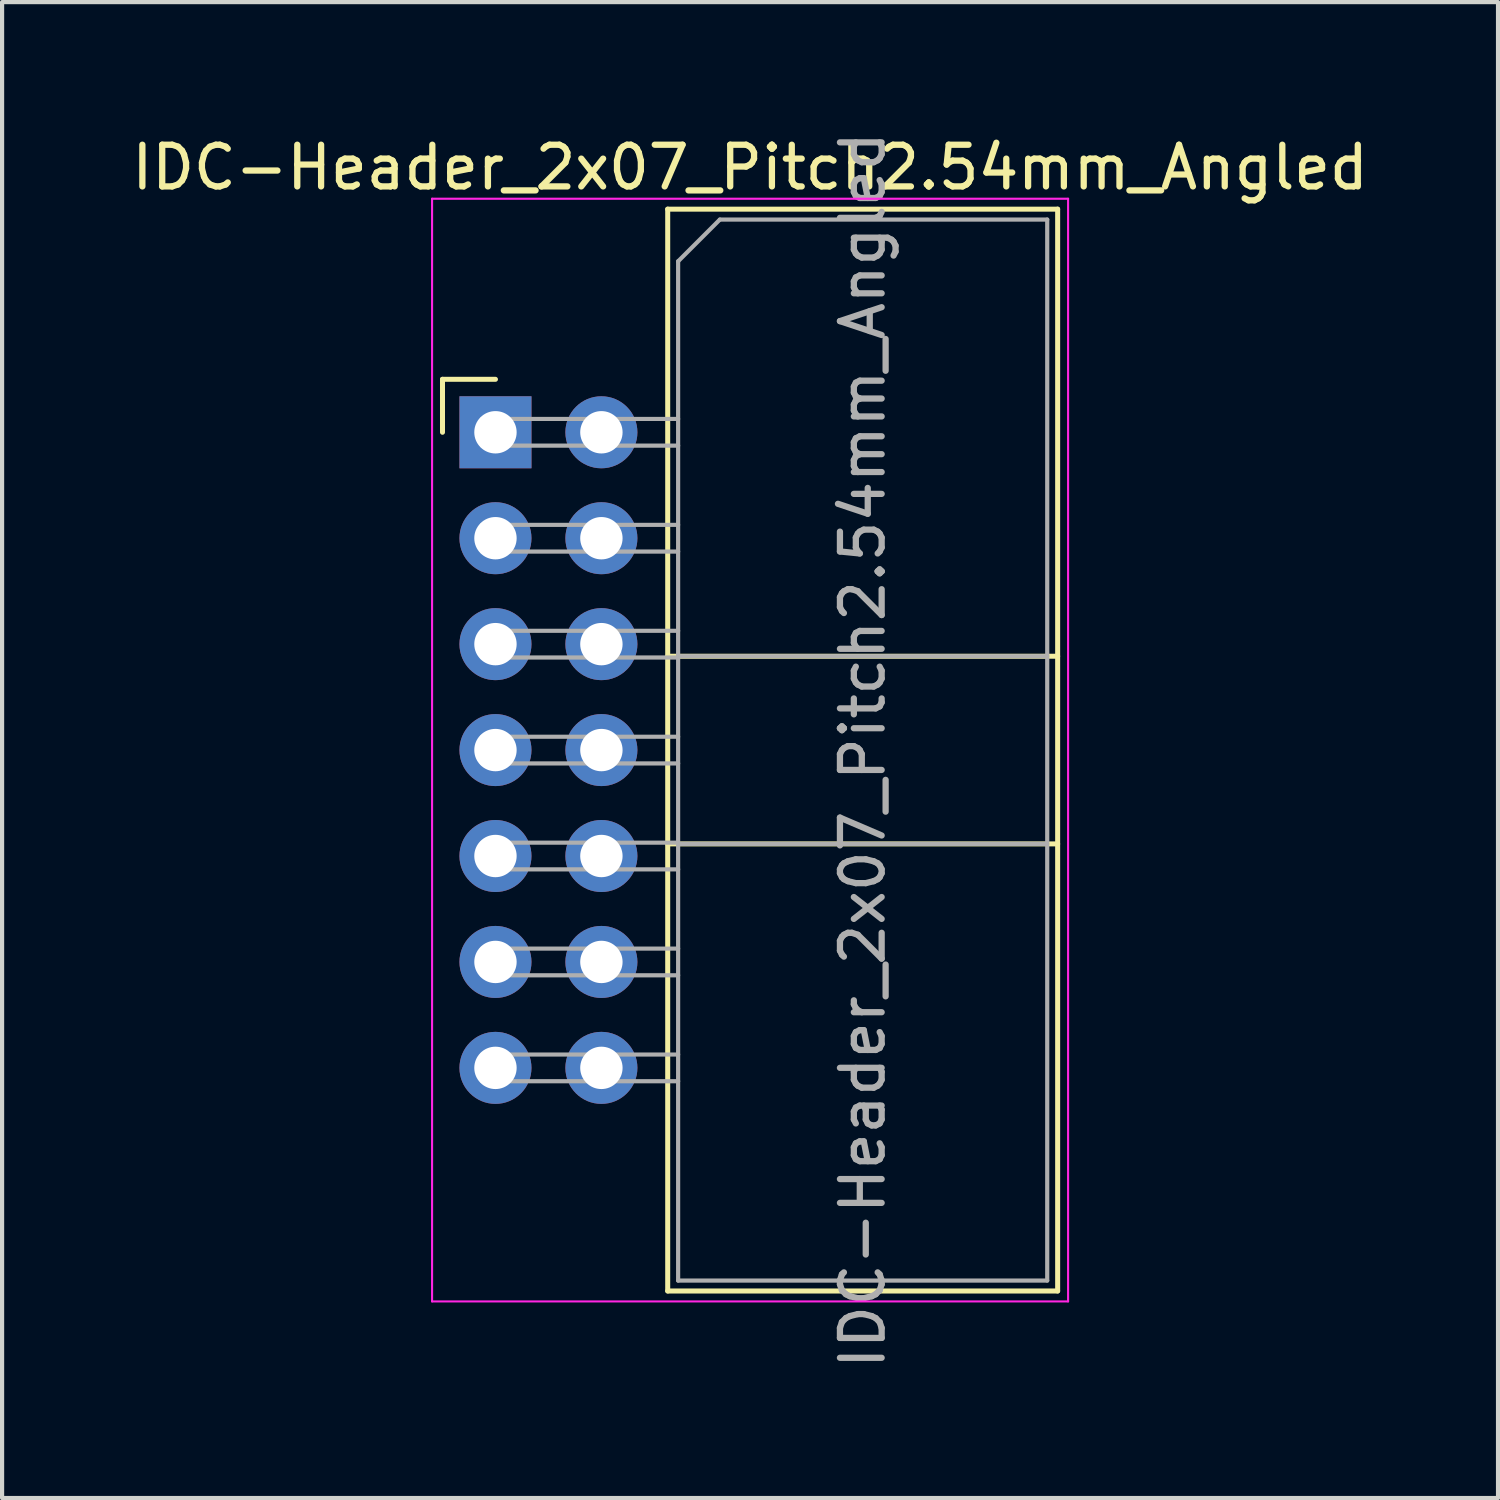
<source format=kicad_pcb>
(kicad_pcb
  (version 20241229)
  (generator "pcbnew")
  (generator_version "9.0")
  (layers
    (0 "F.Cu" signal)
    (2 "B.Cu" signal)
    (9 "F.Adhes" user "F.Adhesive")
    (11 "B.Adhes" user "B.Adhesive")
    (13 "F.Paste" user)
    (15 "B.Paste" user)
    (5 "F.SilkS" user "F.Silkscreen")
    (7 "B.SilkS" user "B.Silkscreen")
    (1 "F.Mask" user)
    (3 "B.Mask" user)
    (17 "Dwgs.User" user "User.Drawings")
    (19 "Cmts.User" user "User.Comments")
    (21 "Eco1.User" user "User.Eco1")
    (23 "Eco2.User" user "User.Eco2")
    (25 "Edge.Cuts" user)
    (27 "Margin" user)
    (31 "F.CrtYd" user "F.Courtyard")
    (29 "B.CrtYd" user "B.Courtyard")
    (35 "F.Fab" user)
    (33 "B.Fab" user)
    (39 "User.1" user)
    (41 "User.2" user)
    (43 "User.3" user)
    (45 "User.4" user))
  (footprint "IDC-Header_2x07_Pitch2.54mm_Angled"
    (layer "F.Cu")
    (at 8.83 7.315)
    (property "Reference" "IDC-Header_2x07_Pitch2.54mm_Angled" (at 6.105 -6.35 0) (layer "F.SilkS") (effects (font (size 1 1) (thickness 0.15))))
    (attr through_hole)
    (fp_line (start -1.27 -1.27) (end -1.27 0) (stroke (width 0.12) (type solid)) (layer "F.SilkS"))
    (fp_line (start 0 -1.27) (end -1.27 -1.27) (stroke (width 0.12) (type solid)) (layer "F.SilkS"))
    (fp_line (start 4.13 -5.35) (end 13.48 -5.35) (stroke (width 0.12) (type solid)) (layer "F.SilkS"))
    (fp_line (start 4.13 5.37) (end 13.48 5.37) (stroke (width 0.12) (type solid)) (layer "F.SilkS"))
    (fp_line (start 4.13 9.87) (end 13.48 9.87) (stroke (width 0.12) (type solid)) (layer "F.SilkS"))
    (fp_line (start 4.13 20.59) (end 4.13 -5.35) (stroke (width 0.12) (type solid)) (layer "F.SilkS"))
    (fp_line (start 4.13 20.59) (end 13.48 20.59) (stroke (width 0.12) (type solid)) (layer "F.SilkS"))
    (fp_line (start 13.48 -5.35) (end 13.48 20.59) (stroke (width 0.12) (type solid)) (layer "F.SilkS"))
    (fp_line (start -1.52 -5.6) (end 13.73 -5.6) (stroke (width 0.05) (type solid)) (layer "F.CrtYd"))
    (fp_line (start -1.52 20.84) (end -1.52 -5.6) (stroke (width 0.05) (type solid)) (layer "F.CrtYd"))
    (fp_line (start 13.73 -5.6) (end 13.73 20.84) (stroke (width 0.05) (type solid)) (layer "F.CrtYd"))
    (fp_line (start 13.73 20.84) (end -1.52 20.84) (stroke (width 0.05) (type solid)) (layer "F.CrtYd"))
    (fp_line (start -0.32 -0.32) (end -0.32 0.32) (stroke (width 0.1) (type solid)) (layer "F.Fab"))
    (fp_line (start -0.32 0.32) (end 4.38 0.32) (stroke (width 0.1) (type solid)) (layer "F.Fab"))
    (fp_line (start -0.32 2.22) (end -0.32 2.86) (stroke (width 0.1) (type solid)) (layer "F.Fab"))
    (fp_line (start -0.32 2.86) (end 4.38 2.86) (stroke (width 0.1) (type solid)) (layer "F.Fab"))
    (fp_line (start -0.32 4.76) (end -0.32 5.4) (stroke (width 0.1) (type solid)) (layer "F.Fab"))
    (fp_line (start -0.32 5.4) (end 4.38 5.4) (stroke (width 0.1) (type solid)) (layer "F.Fab"))
    (fp_line (start -0.32 7.3) (end -0.32 7.94) (stroke (width 0.1) (type solid)) (layer "F.Fab"))
    (fp_line (start -0.32 7.94) (end 4.38 7.94) (stroke (width 0.1) (type solid)) (layer "F.Fab"))
    (fp_line (start -0.32 9.84) (end -0.32 10.48) (stroke (width 0.1) (type solid)) (layer "F.Fab"))
    (fp_line (start -0.32 10.48) (end 4.38 10.48) (stroke (width 0.1) (type solid)) (layer "F.Fab"))
    (fp_line (start -0.32 12.38) (end -0.32 13.02) (stroke (width 0.1) (type solid)) (layer "F.Fab"))
    (fp_line (start -0.32 13.02) (end 4.38 13.02) (stroke (width 0.1) (type solid)) (layer "F.Fab"))
    (fp_line (start -0.32 14.92) (end -0.32 15.56) (stroke (width 0.1) (type solid)) (layer "F.Fab"))
    (fp_line (start -0.32 15.56) (end 4.38 15.56) (stroke (width 0.1) (type solid)) (layer "F.Fab"))
    (fp_line (start 4.38 -4.1) (end 5.38 -5.1) (stroke (width 0.1) (type solid)) (layer "F.Fab"))
    (fp_line (start 4.38 -0.32) (end -0.32 -0.32) (stroke (width 0.1) (type solid)) (layer "F.Fab"))
    (fp_line (start 4.38 2.22) (end -0.32 2.22) (stroke (width 0.1) (type solid)) (layer "F.Fab"))
    (fp_line (start 4.38 4.76) (end -0.32 4.76) (stroke (width 0.1) (type solid)) (layer "F.Fab"))
    (fp_line (start 4.38 5.37) (end 13.23 5.37) (stroke (width 0.1) (type solid)) (layer "F.Fab"))
    (fp_line (start 4.38 7.3) (end -0.32 7.3) (stroke (width 0.1) (type solid)) (layer "F.Fab"))
    (fp_line (start 4.38 9.84) (end -0.32 9.84) (stroke (width 0.1) (type solid)) (layer "F.Fab"))
    (fp_line (start 4.38 9.87) (end 13.23 9.87) (stroke (width 0.1) (type solid)) (layer "F.Fab"))
    (fp_line (start 4.38 12.38) (end -0.32 12.38) (stroke (width 0.1) (type solid)) (layer "F.Fab"))
    (fp_line (start 4.38 14.92) (end -0.32 14.92) (stroke (width 0.1) (type solid)) (layer "F.Fab"))
    (fp_line (start 4.38 20.34) (end 4.38 -4.1) (stroke (width 0.1) (type solid)) (layer "F.Fab"))
    (fp_line (start 4.38 20.34) (end 13.23 20.34) (stroke (width 0.1) (type solid)) (layer "F.Fab"))
    (fp_line (start 5.38 -5.1) (end 13.23 -5.1) (stroke (width 0.1) (type solid)) (layer "F.Fab"))
    (fp_line (start 13.23 20.34) (end 13.23 -5.1) (stroke (width 0.1) (type solid)) (layer "F.Fab"))
    (fp_text user "${REFERENCE}" (at 8.805 7.62 90) (layer "F.Fab") (effects (font (size 1 1) (thickness 0.15))))
    (pad "1" thru_hole rect (at 0 0) (size 1.727 1.727) (drill 1.016) (layers "*.Cu" "*.Mask"))
    (pad "2" thru_hole oval (at 2.54 0) (size 1.727 1.727) (drill 1.016) (layers "*.Cu" "*.Mask"))
    (pad "3" thru_hole oval (at 0 2.54) (size 1.727 1.727) (drill 1.016) (layers "*.Cu" "*.Mask"))
    (pad "4" thru_hole oval (at 2.54 2.54) (size 1.727 1.727) (drill 1.016) (layers "*.Cu" "*.Mask"))
    (pad "5" thru_hole oval (at 0 5.08) (size 1.727 1.727) (drill 1.016) (layers "*.Cu" "*.Mask"))
    (pad "6" thru_hole oval (at 2.54 5.08) (size 1.727 1.727) (drill 1.016) (layers "*.Cu" "*.Mask"))
    (pad "7" thru_hole oval (at 0 7.62) (size 1.727 1.727) (drill 1.016) (layers "*.Cu" "*.Mask"))
    (pad "8" thru_hole oval (at 2.54 7.62) (size 1.727 1.727) (drill 1.016) (layers "*.Cu" "*.Mask"))
    (pad "9" thru_hole oval (at 0 10.16) (size 1.727 1.727) (drill 1.016) (layers "*.Cu" "*.Mask"))
    (pad "10" thru_hole oval (at 2.54 10.16) (size 1.727 1.727) (drill 1.016) (layers "*.Cu" "*.Mask"))
    (pad "11" thru_hole oval (at 0 12.7) (size 1.727 1.727) (drill 1.016) (layers "*.Cu" "*.Mask"))
    (pad "12" thru_hole oval (at 2.54 12.7) (size 1.727 1.727) (drill 1.016) (layers "*.Cu" "*.Mask"))
    (pad "13" thru_hole oval (at 0 15.24) (size 1.727 1.727) (drill 1.016) (layers "*.Cu" "*.Mask"))
    (pad "14" thru_hole oval (at 2.54 15.24) (size 1.727 1.727) (drill 1.016) (layers "*.Cu" "*.Mask")))
  (gr_rect
    (start -3 -3)
    (end 32.869 32.869)
    (stroke (width 0.1) (type default))
    (fill no)
    (layer "Edge.Cuts")))
</source>
